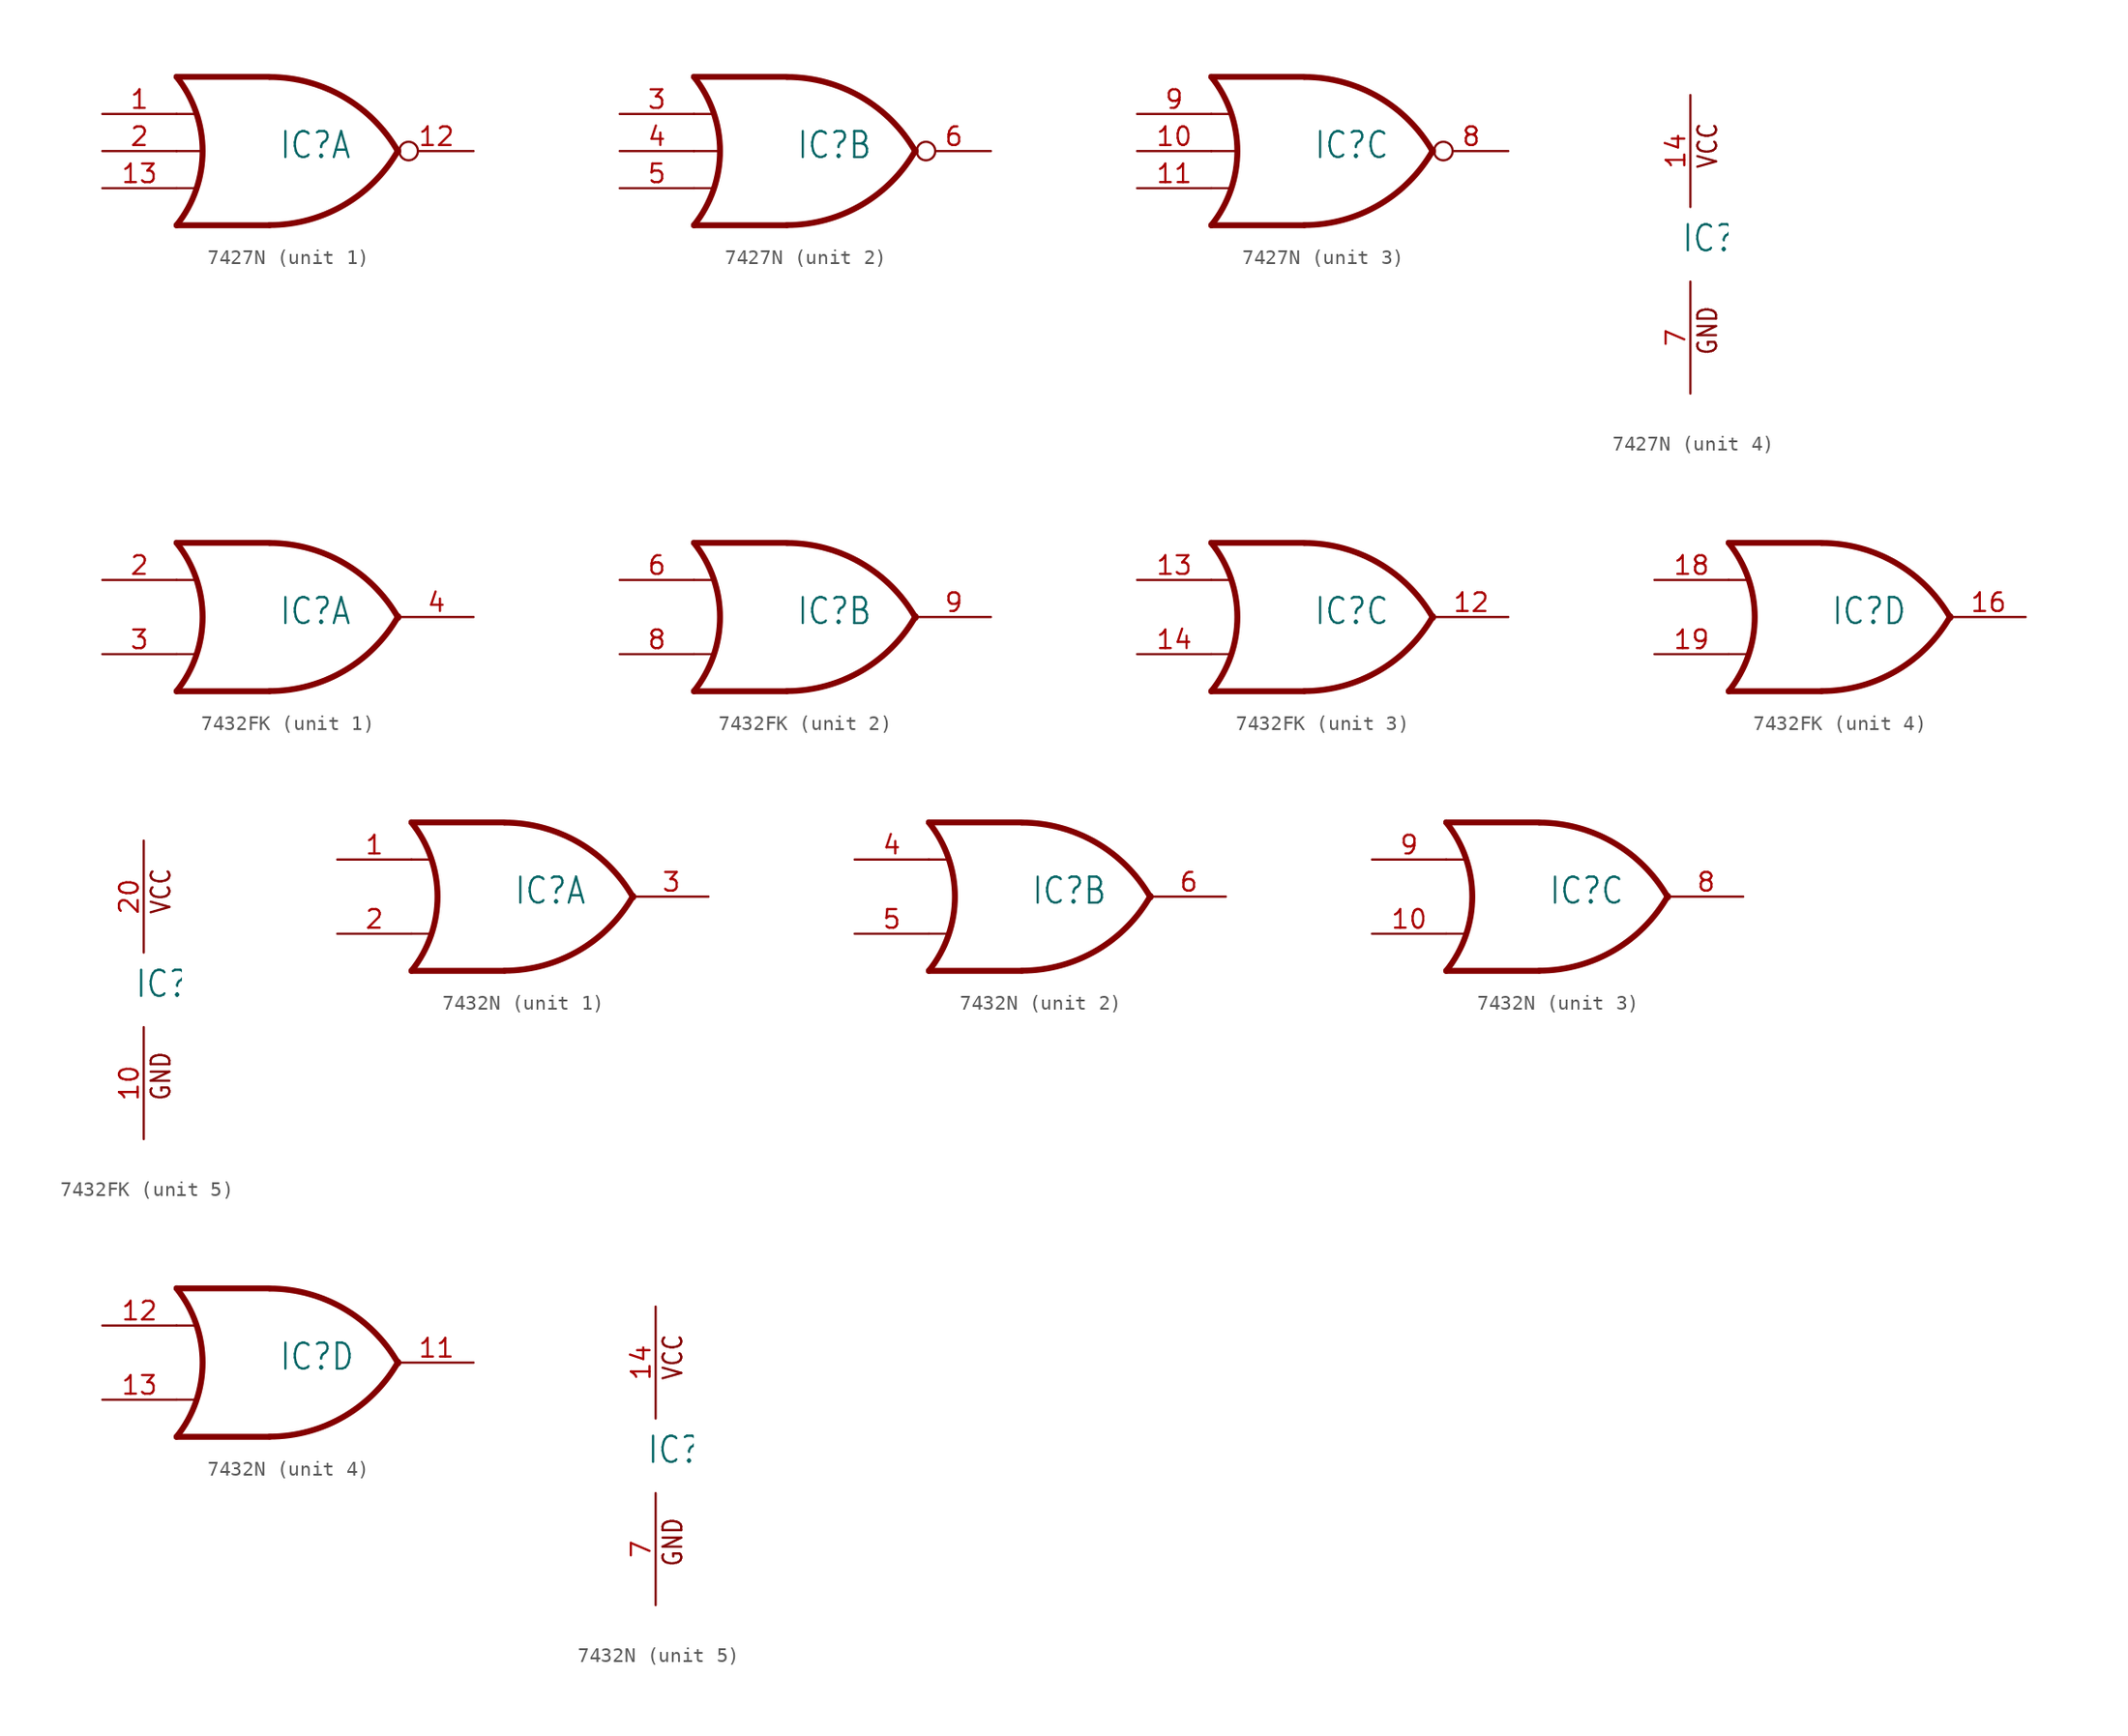
<source format=kicad_sym>
(kicad_symbol_lib
  (version 20211014)
  (generator kicad_symbol_editor)
  (symbol "7427N"
    (property "Reference" "IC"
      (at -0.635 -0.635 0)
      (effects (font (size 1.778 1.511)) (justify left bottom)))
    (property "ki_locked" ""
      (at 0 0 0)
      (effects (font (size 1.27 1.27))))
    (symbol "7427N_1_0"
      (arc (start -7.62 -5.08) (mid -5.838 0) (end -7.62 5.08) (stroke (width 0.4064) (type default) (color 0 0 0 0)) (fill (type none)))
      (arc (start -1.2446 -5.0678) (mid 3.8372 -3.689) (end 7.5439 0.0507) (stroke (width 0.4064) (type default) (color 0 0 0 0)) (fill (type none)))
      (polyline (pts (xy -7.62 -2.54) (xy -6.35 -2.54)) (stroke (width 0.152) (type default) (color 0 0 0 0)) (fill (type none)))
      (polyline (pts (xy -7.62 0) (xy -5.842 0)) (stroke (width 0.152) (type default) (color 0 0 0 0)) (fill (type none)))
      (polyline (pts (xy -7.62 2.54) (xy -6.35 2.54)) (stroke (width 0.152) (type default) (color 0 0 0 0)) (fill (type none)))
      (polyline (pts (xy -1.27 -5.08) (xy -7.62 -5.08)) (stroke (width 0.406) (type default) (color 0 0 0 0)) (fill (type none)))
      (polyline (pts (xy -1.27 5.08) (xy -7.62 5.08)) (stroke (width 0.406) (type default) (color 0 0 0 0)) (fill (type none)))
      (arc (start 7.5442 -0.0505) (mid 3.8373 3.6892) (end -1.2446 5.0678) (stroke (width 0.4064) (type default) (color 0 0 0 0)) (fill (type none)))
      (pin input line (at -12.7 2.54 0) (length 5.08) (name "I0" (effects (font (size 0 0)))) (number "1" (effects (font (size 1.27 1.27)))))
      (pin output inverted (at 12.7 0 180) (length 5.08) (name "O" (effects (font (size 0 0)))) (number "12" (effects (font (size 1.27 1.27)))))
      (pin input line (at -12.7 -2.54 0) (length 5.08) (name "I2" (effects (font (size 0 0)))) (number "13" (effects (font (size 1.27 1.27)))))
      (pin input line (at -12.7 0 0) (length 5.08) (name "I1" (effects (font (size 0 0)))) (number "2" (effects (font (size 1.27 1.27))))))
    (symbol "7427N_2_0"
      (arc (start -7.62 -5.08) (mid -5.838 0) (end -7.62 5.08) (stroke (width 0.4064) (type default) (color 0 0 0 0)) (fill (type none)))
      (arc (start -1.2446 -5.0678) (mid 3.8372 -3.689) (end 7.5439 0.0507) (stroke (width 0.4064) (type default) (color 0 0 0 0)) (fill (type none)))
      (polyline (pts (xy -7.62 -2.54) (xy -6.35 -2.54)) (stroke (width 0.152) (type default) (color 0 0 0 0)) (fill (type none)))
      (polyline (pts (xy -7.62 0) (xy -5.842 0)) (stroke (width 0.152) (type default) (color 0 0 0 0)) (fill (type none)))
      (polyline (pts (xy -7.62 2.54) (xy -6.35 2.54)) (stroke (width 0.152) (type default) (color 0 0 0 0)) (fill (type none)))
      (polyline (pts (xy -1.27 -5.08) (xy -7.62 -5.08)) (stroke (width 0.406) (type default) (color 0 0 0 0)) (fill (type none)))
      (polyline (pts (xy -1.27 5.08) (xy -7.62 5.08)) (stroke (width 0.406) (type default) (color 0 0 0 0)) (fill (type none)))
      (arc (start 7.5442 -0.0505) (mid 3.8373 3.6892) (end -1.2446 5.0678) (stroke (width 0.4064) (type default) (color 0 0 0 0)) (fill (type none)))
      (pin input line (at -12.7 2.54 0) (length 5.08) (name "I0" (effects (font (size 0 0)))) (number "3" (effects (font (size 1.27 1.27)))))
      (pin input line (at -12.7 0 0) (length 5.08) (name "I1" (effects (font (size 0 0)))) (number "4" (effects (font (size 1.27 1.27)))))
      (pin input line (at -12.7 -2.54 0) (length 5.08) (name "I2" (effects (font (size 0 0)))) (number "5" (effects (font (size 1.27 1.27)))))
      (pin output inverted (at 12.7 0 180) (length 5.08) (name "O" (effects (font (size 0 0)))) (number "6" (effects (font (size 1.27 1.27))))))
    (symbol "7427N_3_0"
      (arc (start -7.62 -5.08) (mid -5.838 0) (end -7.62 5.08) (stroke (width 0.4064) (type default) (color 0 0 0 0)) (fill (type none)))
      (arc (start -1.2446 -5.0678) (mid 3.8372 -3.689) (end 7.5439 0.0507) (stroke (width 0.4064) (type default) (color 0 0 0 0)) (fill (type none)))
      (polyline (pts (xy -7.62 -2.54) (xy -6.35 -2.54)) (stroke (width 0.152) (type default) (color 0 0 0 0)) (fill (type none)))
      (polyline (pts (xy -7.62 0) (xy -5.842 0)) (stroke (width 0.152) (type default) (color 0 0 0 0)) (fill (type none)))
      (polyline (pts (xy -7.62 2.54) (xy -6.35 2.54)) (stroke (width 0.152) (type default) (color 0 0 0 0)) (fill (type none)))
      (polyline (pts (xy -1.27 -5.08) (xy -7.62 -5.08)) (stroke (width 0.406) (type default) (color 0 0 0 0)) (fill (type none)))
      (polyline (pts (xy -1.27 5.08) (xy -7.62 5.08)) (stroke (width 0.406) (type default) (color 0 0 0 0)) (fill (type none)))
      (arc (start 7.5442 -0.0505) (mid 3.8373 3.6892) (end -1.2446 5.0678) (stroke (width 0.4064) (type default) (color 0 0 0 0)) (fill (type none)))
      (pin input line (at -12.7 0 0) (length 5.08) (name "I1" (effects (font (size 0 0)))) (number "10" (effects (font (size 1.27 1.27)))))
      (pin input line (at -12.7 -2.54 0) (length 5.08) (name "I2" (effects (font (size 0 0)))) (number "11" (effects (font (size 1.27 1.27)))))
      (pin output inverted (at 12.7 0 180) (length 5.08) (name "O" (effects (font (size 0 0)))) (number "8" (effects (font (size 1.27 1.27)))))
      (pin input line (at -12.7 2.54 0) (length 5.08) (name "I0" (effects (font (size 0 0)))) (number "9" (effects (font (size 1.27 1.27))))))
    (symbol "7427N_4_0"
      (text "GND" (at 1.905 -7.62 900) (effects (font (size 1.27 1.079)) (justify left bottom)))
      (text "VCC" (at 1.905 5.08 900) (effects (font (size 1.27 1.079)) (justify left bottom)))
      (pin power_in line (at 0 10.16 270) (length 7.62) (name "VCC" (effects (font (size 0 0)))) (number "14" (effects (font (size 1.27 1.27)))))
      (pin power_in line (at 0 -10.16 90) (length 7.62) (name "GND" (effects (font (size 0 0)))) (number "7" (effects (font (size 1.27 1.27)))))))
  (symbol "7432FK"
    (property "Reference" "IC"
      (at -0.635 -0.635 0)
      (effects (font (size 1.778 1.511)) (justify left bottom)))
    (property "ki_locked" ""
      (at 0 0 0)
      (effects (font (size 1.27 1.27))))
    (symbol "7432FK_1_0"
      (arc (start -7.62 -5.08) (mid -5.838 0) (end -7.62 5.08) (stroke (width 0.4064) (type default) (color 0 0 0 0)) (fill (type none)))
      (arc (start -1.2446 -5.0678) (mid 3.8372 -3.689) (end 7.5439 0.0507) (stroke (width 0.4064) (type default) (color 0 0 0 0)) (fill (type none)))
      (polyline (pts (xy -7.62 -2.54) (xy -6.35 -2.54)) (stroke (width 0.152) (type default) (color 0 0 0 0)) (fill (type none)))
      (polyline (pts (xy -7.62 2.54) (xy -6.35 2.54)) (stroke (width 0.152) (type default) (color 0 0 0 0)) (fill (type none)))
      (polyline (pts (xy -1.27 -5.08) (xy -7.62 -5.08)) (stroke (width 0.406) (type default) (color 0 0 0 0)) (fill (type none)))
      (polyline (pts (xy -1.27 5.08) (xy -7.62 5.08)) (stroke (width 0.406) (type default) (color 0 0 0 0)) (fill (type none)))
      (arc (start 7.5442 -0.0505) (mid 3.8373 3.6892) (end -1.2446 5.0678) (stroke (width 0.4064) (type default) (color 0 0 0 0)) (fill (type none)))
      (pin input line (at -12.7 2.54 0) (length 5.08) (name "I0" (effects (font (size 0 0)))) (number "2" (effects (font (size 1.27 1.27)))))
      (pin input line (at -12.7 -2.54 0) (length 5.08) (name "I1" (effects (font (size 0 0)))) (number "3" (effects (font (size 1.27 1.27)))))
      (pin output line (at 12.7 0 180) (length 5.08) (name "O" (effects (font (size 0 0)))) (number "4" (effects (font (size 1.27 1.27))))))
    (symbol "7432FK_2_0"
      (arc (start -7.62 -5.08) (mid -5.838 0) (end -7.62 5.08) (stroke (width 0.4064) (type default) (color 0 0 0 0)) (fill (type none)))
      (arc (start -1.2446 -5.0678) (mid 3.8372 -3.689) (end 7.5439 0.0507) (stroke (width 0.4064) (type default) (color 0 0 0 0)) (fill (type none)))
      (polyline (pts (xy -7.62 -2.54) (xy -6.35 -2.54)) (stroke (width 0.152) (type default) (color 0 0 0 0)) (fill (type none)))
      (polyline (pts (xy -7.62 2.54) (xy -6.35 2.54)) (stroke (width 0.152) (type default) (color 0 0 0 0)) (fill (type none)))
      (polyline (pts (xy -1.27 -5.08) (xy -7.62 -5.08)) (stroke (width 0.406) (type default) (color 0 0 0 0)) (fill (type none)))
      (polyline (pts (xy -1.27 5.08) (xy -7.62 5.08)) (stroke (width 0.406) (type default) (color 0 0 0 0)) (fill (type none)))
      (arc (start 7.5442 -0.0505) (mid 3.8373 3.6892) (end -1.2446 5.0678) (stroke (width 0.4064) (type default) (color 0 0 0 0)) (fill (type none)))
      (pin input line (at -12.7 2.54 0) (length 5.08) (name "I0" (effects (font (size 0 0)))) (number "6" (effects (font (size 1.27 1.27)))))
      (pin input line (at -12.7 -2.54 0) (length 5.08) (name "I1" (effects (font (size 0 0)))) (number "8" (effects (font (size 1.27 1.27)))))
      (pin output line (at 12.7 0 180) (length 5.08) (name "O" (effects (font (size 0 0)))) (number "9" (effects (font (size 1.27 1.27))))))
    (symbol "7432FK_3_0"
      (arc (start -7.62 -5.08) (mid -5.838 0) (end -7.62 5.08) (stroke (width 0.4064) (type default) (color 0 0 0 0)) (fill (type none)))
      (arc (start -1.2446 -5.0678) (mid 3.8372 -3.689) (end 7.5439 0.0507) (stroke (width 0.4064) (type default) (color 0 0 0 0)) (fill (type none)))
      (polyline (pts (xy -7.62 -2.54) (xy -6.35 -2.54)) (stroke (width 0.152) (type default) (color 0 0 0 0)) (fill (type none)))
      (polyline (pts (xy -7.62 2.54) (xy -6.35 2.54)) (stroke (width 0.152) (type default) (color 0 0 0 0)) (fill (type none)))
      (polyline (pts (xy -1.27 -5.08) (xy -7.62 -5.08)) (stroke (width 0.406) (type default) (color 0 0 0 0)) (fill (type none)))
      (polyline (pts (xy -1.27 5.08) (xy -7.62 5.08)) (stroke (width 0.406) (type default) (color 0 0 0 0)) (fill (type none)))
      (arc (start 7.5442 -0.0505) (mid 3.8373 3.6892) (end -1.2446 5.0678) (stroke (width 0.4064) (type default) (color 0 0 0 0)) (fill (type none)))
      (pin output line (at 12.7 0 180) (length 5.08) (name "O" (effects (font (size 0 0)))) (number "12" (effects (font (size 1.27 1.27)))))
      (pin input line (at -12.7 2.54 0) (length 5.08) (name "I0" (effects (font (size 0 0)))) (number "13" (effects (font (size 1.27 1.27)))))
      (pin input line (at -12.7 -2.54 0) (length 5.08) (name "I1" (effects (font (size 0 0)))) (number "14" (effects (font (size 1.27 1.27))))))
    (symbol "7432FK_4_0"
      (arc (start -7.62 -5.08) (mid -5.838 0) (end -7.62 5.08) (stroke (width 0.4064) (type default) (color 0 0 0 0)) (fill (type none)))
      (arc (start -1.2446 -5.0678) (mid 3.8372 -3.689) (end 7.5439 0.0507) (stroke (width 0.4064) (type default) (color 0 0 0 0)) (fill (type none)))
      (polyline (pts (xy -7.62 -2.54) (xy -6.35 -2.54)) (stroke (width 0.152) (type default) (color 0 0 0 0)) (fill (type none)))
      (polyline (pts (xy -7.62 2.54) (xy -6.35 2.54)) (stroke (width 0.152) (type default) (color 0 0 0 0)) (fill (type none)))
      (polyline (pts (xy -1.27 -5.08) (xy -7.62 -5.08)) (stroke (width 0.406) (type default) (color 0 0 0 0)) (fill (type none)))
      (polyline (pts (xy -1.27 5.08) (xy -7.62 5.08)) (stroke (width 0.406) (type default) (color 0 0 0 0)) (fill (type none)))
      (arc (start 7.5442 -0.0505) (mid 3.8373 3.6892) (end -1.2446 5.0678) (stroke (width 0.4064) (type default) (color 0 0 0 0)) (fill (type none)))
      (pin output line (at 12.7 0 180) (length 5.08) (name "O" (effects (font (size 0 0)))) (number "16" (effects (font (size 1.27 1.27)))))
      (pin input line (at -12.7 2.54 0) (length 5.08) (name "I0" (effects (font (size 0 0)))) (number "18" (effects (font (size 1.27 1.27)))))
      (pin input line (at -12.7 -2.54 0) (length 5.08) (name "I1" (effects (font (size 0 0)))) (number "19" (effects (font (size 1.27 1.27))))))
    (symbol "7432FK_5_0"
      (text "GND" (at 1.905 -7.62 900) (effects (font (size 1.27 1.079)) (justify left bottom)))
      (text "VCC" (at 1.905 5.08 900) (effects (font (size 1.27 1.079)) (justify left bottom)))
      (pin power_in line (at 0 -10.16 90) (length 7.62) (name "GND" (effects (font (size 0 0)))) (number "10" (effects (font (size 1.27 1.27)))))
      (pin power_in line (at 0 10.16 270) (length 7.62) (name "VCC" (effects (font (size 0 0)))) (number "20" (effects (font (size 1.27 1.27)))))))
  (symbol "7432N"
    (property "Reference" "IC"
      (at -0.635 -0.635 0)
      (effects (font (size 1.778 1.511)) (justify left bottom)))
    (property "ki_locked" ""
      (at 0 0 0)
      (effects (font (size 1.27 1.27))))
    (symbol "7432N_1_0"
      (arc (start -7.62 -5.08) (mid -5.838 0) (end -7.62 5.08) (stroke (width 0.4064) (type default) (color 0 0 0 0)) (fill (type none)))
      (arc (start -1.2446 -5.0678) (mid 3.8372 -3.689) (end 7.5439 0.0507) (stroke (width 0.4064) (type default) (color 0 0 0 0)) (fill (type none)))
      (polyline (pts (xy -7.62 -2.54) (xy -6.35 -2.54)) (stroke (width 0.152) (type default) (color 0 0 0 0)) (fill (type none)))
      (polyline (pts (xy -7.62 2.54) (xy -6.35 2.54)) (stroke (width 0.152) (type default) (color 0 0 0 0)) (fill (type none)))
      (polyline (pts (xy -1.27 -5.08) (xy -7.62 -5.08)) (stroke (width 0.406) (type default) (color 0 0 0 0)) (fill (type none)))
      (polyline (pts (xy -1.27 5.08) (xy -7.62 5.08)) (stroke (width 0.406) (type default) (color 0 0 0 0)) (fill (type none)))
      (arc (start 7.5442 -0.0505) (mid 3.8373 3.6892) (end -1.2446 5.0678) (stroke (width 0.4064) (type default) (color 0 0 0 0)) (fill (type none)))
      (pin input line (at -12.7 2.54 0) (length 5.08) (name "I0" (effects (font (size 0 0)))) (number "1" (effects (font (size 1.27 1.27)))))
      (pin input line (at -12.7 -2.54 0) (length 5.08) (name "I1" (effects (font (size 0 0)))) (number "2" (effects (font (size 1.27 1.27)))))
      (pin output line (at 12.7 0 180) (length 5.08) (name "O" (effects (font (size 0 0)))) (number "3" (effects (font (size 1.27 1.27))))))
    (symbol "7432N_2_0"
      (arc (start -7.62 -5.08) (mid -5.838 0) (end -7.62 5.08) (stroke (width 0.4064) (type default) (color 0 0 0 0)) (fill (type none)))
      (arc (start -1.2446 -5.0678) (mid 3.8372 -3.689) (end 7.5439 0.0507) (stroke (width 0.4064) (type default) (color 0 0 0 0)) (fill (type none)))
      (polyline (pts (xy -7.62 -2.54) (xy -6.35 -2.54)) (stroke (width 0.152) (type default) (color 0 0 0 0)) (fill (type none)))
      (polyline (pts (xy -7.62 2.54) (xy -6.35 2.54)) (stroke (width 0.152) (type default) (color 0 0 0 0)) (fill (type none)))
      (polyline (pts (xy -1.27 -5.08) (xy -7.62 -5.08)) (stroke (width 0.406) (type default) (color 0 0 0 0)) (fill (type none)))
      (polyline (pts (xy -1.27 5.08) (xy -7.62 5.08)) (stroke (width 0.406) (type default) (color 0 0 0 0)) (fill (type none)))
      (arc (start 7.5442 -0.0505) (mid 3.8373 3.6892) (end -1.2446 5.0678) (stroke (width 0.4064) (type default) (color 0 0 0 0)) (fill (type none)))
      (pin input line (at -12.7 2.54 0) (length 5.08) (name "I0" (effects (font (size 0 0)))) (number "4" (effects (font (size 1.27 1.27)))))
      (pin input line (at -12.7 -2.54 0) (length 5.08) (name "I1" (effects (font (size 0 0)))) (number "5" (effects (font (size 1.27 1.27)))))
      (pin output line (at 12.7 0 180) (length 5.08) (name "O" (effects (font (size 0 0)))) (number "6" (effects (font (size 1.27 1.27))))))
    (symbol "7432N_3_0"
      (arc (start -7.62 -5.08) (mid -5.838 0) (end -7.62 5.08) (stroke (width 0.4064) (type default) (color 0 0 0 0)) (fill (type none)))
      (arc (start -1.2446 -5.0678) (mid 3.8372 -3.689) (end 7.5439 0.0507) (stroke (width 0.4064) (type default) (color 0 0 0 0)) (fill (type none)))
      (polyline (pts (xy -7.62 -2.54) (xy -6.35 -2.54)) (stroke (width 0.152) (type default) (color 0 0 0 0)) (fill (type none)))
      (polyline (pts (xy -7.62 2.54) (xy -6.35 2.54)) (stroke (width 0.152) (type default) (color 0 0 0 0)) (fill (type none)))
      (polyline (pts (xy -1.27 -5.08) (xy -7.62 -5.08)) (stroke (width 0.406) (type default) (color 0 0 0 0)) (fill (type none)))
      (polyline (pts (xy -1.27 5.08) (xy -7.62 5.08)) (stroke (width 0.406) (type default) (color 0 0 0 0)) (fill (type none)))
      (arc (start 7.5442 -0.0505) (mid 3.8373 3.6892) (end -1.2446 5.0678) (stroke (width 0.4064) (type default) (color 0 0 0 0)) (fill (type none)))
      (pin input line (at -12.7 -2.54 0) (length 5.08) (name "I1" (effects (font (size 0 0)))) (number "10" (effects (font (size 1.27 1.27)))))
      (pin output line (at 12.7 0 180) (length 5.08) (name "O" (effects (font (size 0 0)))) (number "8" (effects (font (size 1.27 1.27)))))
      (pin input line (at -12.7 2.54 0) (length 5.08) (name "I0" (effects (font (size 0 0)))) (number "9" (effects (font (size 1.27 1.27))))))
    (symbol "7432N_4_0"
      (arc (start -7.62 -5.08) (mid -5.838 0) (end -7.62 5.08) (stroke (width 0.4064) (type default) (color 0 0 0 0)) (fill (type none)))
      (arc (start -1.2446 -5.0678) (mid 3.8372 -3.689) (end 7.5439 0.0507) (stroke (width 0.4064) (type default) (color 0 0 0 0)) (fill (type none)))
      (polyline (pts (xy -7.62 -2.54) (xy -6.35 -2.54)) (stroke (width 0.152) (type default) (color 0 0 0 0)) (fill (type none)))
      (polyline (pts (xy -7.62 2.54) (xy -6.35 2.54)) (stroke (width 0.152) (type default) (color 0 0 0 0)) (fill (type none)))
      (polyline (pts (xy -1.27 -5.08) (xy -7.62 -5.08)) (stroke (width 0.406) (type default) (color 0 0 0 0)) (fill (type none)))
      (polyline (pts (xy -1.27 5.08) (xy -7.62 5.08)) (stroke (width 0.406) (type default) (color 0 0 0 0)) (fill (type none)))
      (arc (start 7.5442 -0.0505) (mid 3.8373 3.6892) (end -1.2446 5.0678) (stroke (width 0.4064) (type default) (color 0 0 0 0)) (fill (type none)))
      (pin output line (at 12.7 0 180) (length 5.08) (name "O" (effects (font (size 0 0)))) (number "11" (effects (font (size 1.27 1.27)))))
      (pin input line (at -12.7 2.54 0) (length 5.08) (name "I0" (effects (font (size 0 0)))) (number "12" (effects (font (size 1.27 1.27)))))
      (pin input line (at -12.7 -2.54 0) (length 5.08) (name "I1" (effects (font (size 0 0)))) (number "13" (effects (font (size 1.27 1.27))))))
    (symbol "7432N_5_0"
      (text "GND" (at 1.905 -7.62 900) (effects (font (size 1.27 1.079)) (justify left bottom)))
      (text "VCC" (at 1.905 5.08 900) (effects (font (size 1.27 1.079)) (justify left bottom)))
      (pin power_in line (at 0 10.16 270) (length 7.62) (name "VCC" (effects (font (size 0 0)))) (number "14" (effects (font (size 1.27 1.27)))))
      (pin power_in line (at 0 -10.16 90) (length 7.62) (name "GND" (effects (font (size 0 0)))) (number "7" (effects (font (size 1.27 1.27))))))))
</source>
